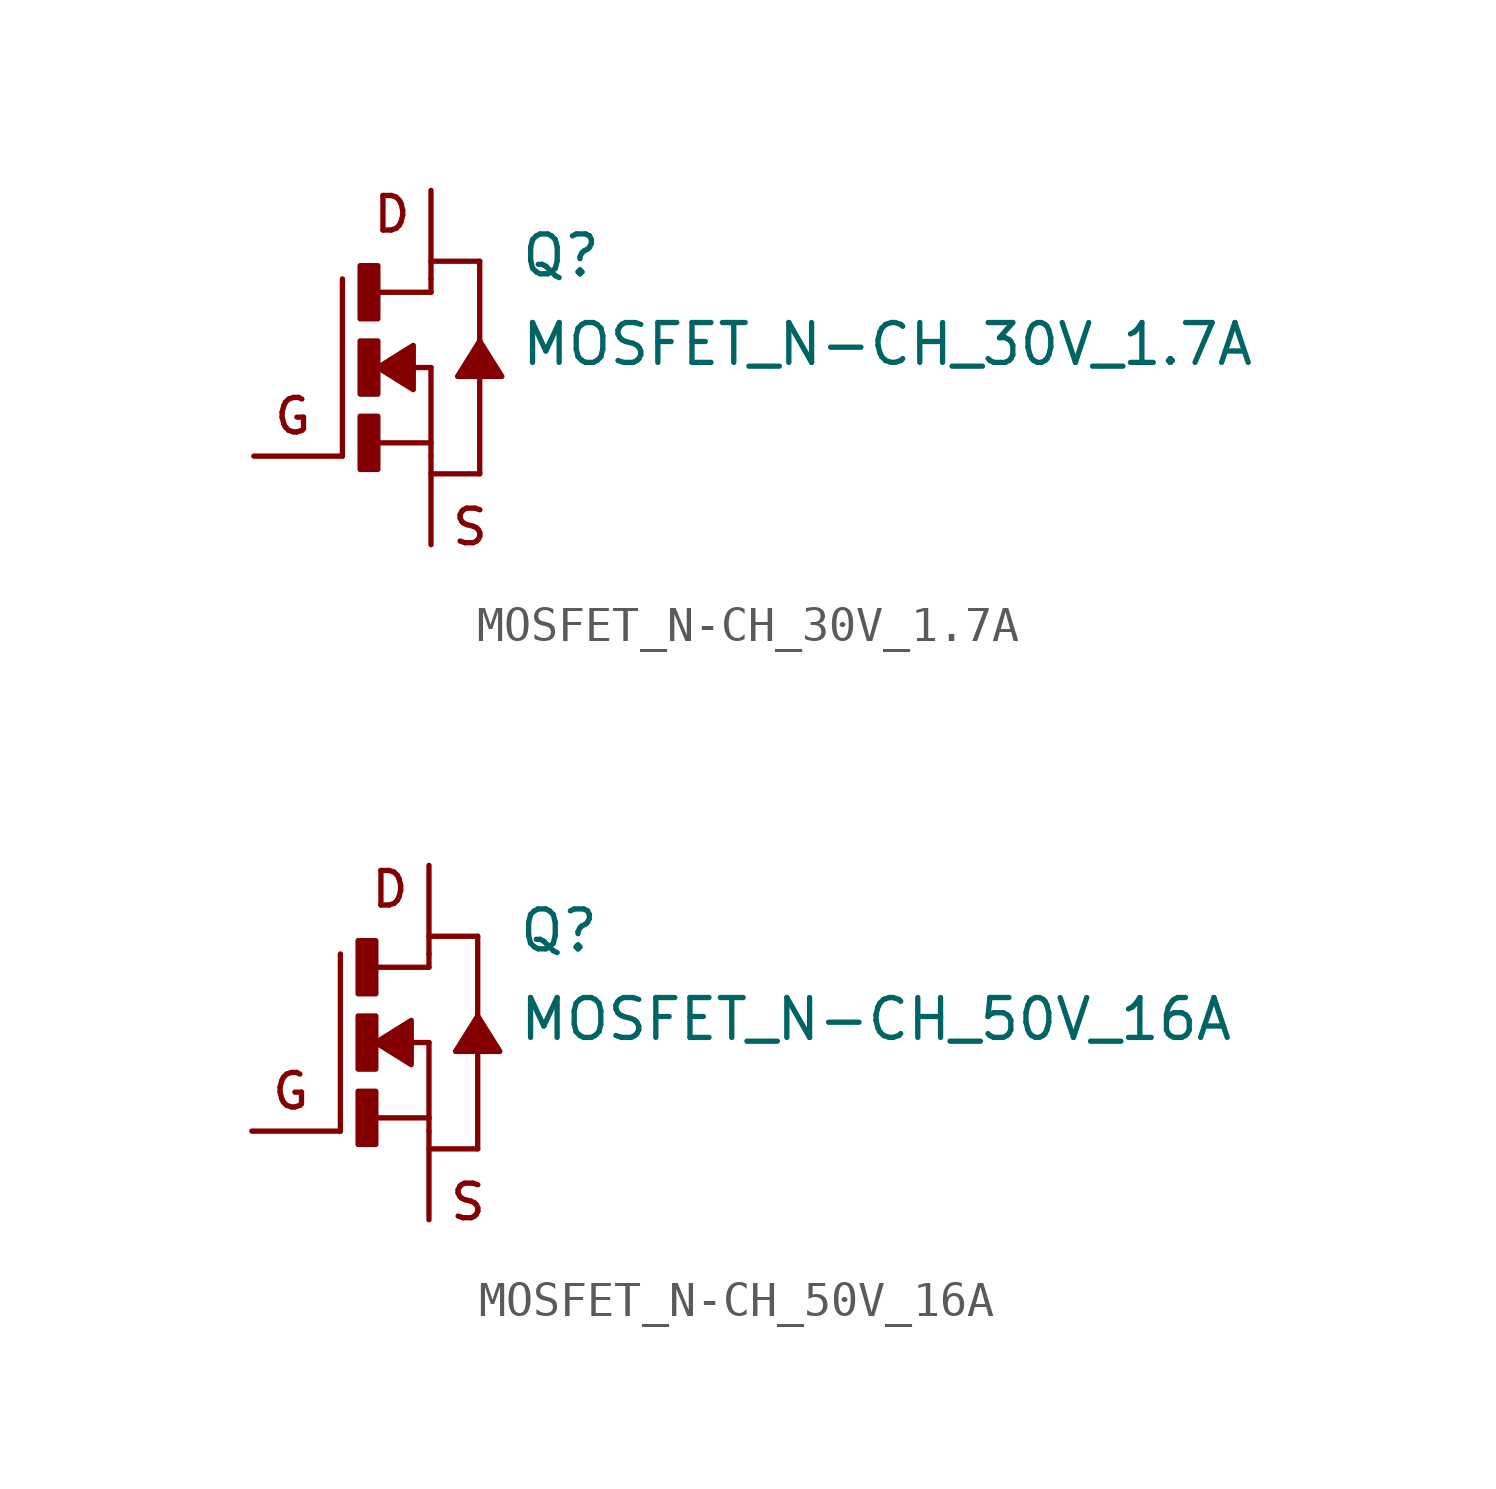
<source format=kicad_sym>
(kicad_symbol_lib
  (version 20211014)
  (generator kicad_symbol_editor)
  (symbol "MOSFET_N-CH_30V_1.7A"
    (pin_numbers hide)
    (pin_names
      (offset 1.016) hide)
    (property "Reference" "Q"
      (at 2.54 2.54 0)
      (effects (font (size 1.143 1.143)) (justify left bottom)))
    (property "Value" "MOSFET_N-CH_30V_1.7A"
      (at 2.54 0 0)
      (effects (font (size 1.143 1.143)) (justify left bottom)))
    (symbol "MOSFET_N-CH_30V_1.7A_1_0"
      (polyline (pts (xy -2.54 -2.54) (xy -2.54 2.54)) (stroke (width 0) (type default) (color 0 0 0 0)) (fill (type none)))
      (polyline (pts (xy -1.524 -2.159) (xy 0 -2.159)) (stroke (width 0) (type default) (color 0 0 0 0)) (fill (type none)))
      (polyline (pts (xy -1.524 2.159) (xy 0 2.159)) (stroke (width 0) (type default) (color 0 0 0 0)) (fill (type none)))
      (polyline (pts (xy -0.508 0) (xy 0 0)) (stroke (width 0) (type default) (color 0 0 0 0)) (fill (type none)))
      (polyline (pts (xy 0 -2.159) (xy 0 -2.54)) (stroke (width 0) (type default) (color 0 0 0 0)) (fill (type none)))
      (polyline (pts (xy 0 0) (xy 0 -2.159)) (stroke (width 0) (type default) (color 0 0 0 0)) (fill (type none)))
      (polyline (pts (xy 0 2.159) (xy 0 2.54)) (stroke (width 0) (type default) (color 0 0 0 0)) (fill (type none)))
      (polyline (pts (xy 0 3.048) (xy 1.397 3.048)) (stroke (width 0) (type default) (color 0 0 0 0)) (fill (type none)))
      (polyline (pts (xy 1.397 -3.048) (xy 0 -3.048)) (stroke (width 0) (type default) (color 0 0 0 0)) (fill (type none)))
      (polyline (pts (xy 1.397 -0.254) (xy 1.397 -3.048)) (stroke (width 0) (type default) (color 0 0 0 0)) (fill (type none)))
      (polyline (pts (xy 1.397 3.048) (xy 1.397 0.762)) (stroke (width 0) (type default) (color 0 0 0 0)) (fill (type none)))
      (text "D" (at -1.118 4.394 0) (effects (font (size 0.991 0.991))))
      (text "G" (at -3.962 -1.397 0) (effects (font (size 0.991 0.991))))
      (text "S" (at 1.118 -4.572 0) (effects (font (size 0.991 0.991)))))
    (symbol "MOSFET_N-CH_30V_1.7A_1_1"
      (rectangle (start -2.032 -2.921) (end -1.524 -1.397) (stroke (width 0) (type default) (color 0 0 0 0)) (fill (type outline)))
      (rectangle (start -2.032 -0.762) (end -1.524 0.762) (stroke (width 0) (type default) (color 0 0 0 0)) (fill (type outline)))
      (rectangle (start -2.032 1.397) (end -1.524 2.921) (stroke (width 0) (type default) (color 0 0 0 0)) (fill (type outline)))
      (polyline (pts (xy -1.524 0) (xy -0.508 0.635) (xy -0.508 0.635) (xy -0.508 -0.635) (xy -0.508 -0.635) (xy -1.524 0)) (stroke (width 0) (type default) (color 0 0 0 0)) (fill (type outline)))
      (polyline (pts (xy 1.397 0.762) (xy 2.032 -0.254) (xy 2.032 -0.254) (xy 0.762 -0.254) (xy 0.762 -0.254) (xy 1.397 0.762)) (stroke (width 0) (type default) (color 0 0 0 0)) (fill (type outline)))
      (pin passive line (at -5.08 -2.54 0) (length 2.54) (name "G" (effects (font (size 1.016 1.016)))) (number "1" (effects (font (size 1.016 1.016)))))
      (pin passive line (at 0 -5.08 90) (length 2.54) (name "S" (effects (font (size 1.016 1.016)))) (number "2" (effects (font (size 1.016 1.016)))))
      (pin passive line (at 0 5.08 270) (length 2.54) (name "D" (effects (font (size 1.016 1.016)))) (number "3" (effects (font (size 1.016 1.016)))))))
  (symbol "MOSFET_N-CH_50V_16A"
    (pin_numbers hide)
    (pin_names
      (offset 1.016) hide)
    (property "Reference" "Q"
      (at 2.54 2.54 0)
      (effects (font (size 1.143 1.143)) (justify left bottom)))
    (property "Value" "MOSFET_N-CH_50V_16A"
      (at 2.54 0 0)
      (effects (font (size 1.143 1.143)) (justify left bottom)))
    (symbol "MOSFET_N-CH_50V_16A_1_0"
      (polyline (pts (xy -2.54 -2.54) (xy -2.54 2.54)) (stroke (width 0) (type default) (color 0 0 0 0)) (fill (type none)))
      (polyline (pts (xy -1.524 -2.159) (xy 0 -2.159)) (stroke (width 0) (type default) (color 0 0 0 0)) (fill (type none)))
      (polyline (pts (xy -1.524 2.159) (xy 0 2.159)) (stroke (width 0) (type default) (color 0 0 0 0)) (fill (type none)))
      (polyline (pts (xy -0.508 0) (xy 0 0)) (stroke (width 0) (type default) (color 0 0 0 0)) (fill (type none)))
      (polyline (pts (xy 0 -2.159) (xy 0 -2.54)) (stroke (width 0) (type default) (color 0 0 0 0)) (fill (type none)))
      (polyline (pts (xy 0 0) (xy 0 -2.159)) (stroke (width 0) (type default) (color 0 0 0 0)) (fill (type none)))
      (polyline (pts (xy 0 2.159) (xy 0 2.54)) (stroke (width 0) (type default) (color 0 0 0 0)) (fill (type none)))
      (polyline (pts (xy 0 3.048) (xy 1.397 3.048)) (stroke (width 0) (type default) (color 0 0 0 0)) (fill (type none)))
      (polyline (pts (xy 1.397 -3.048) (xy 0 -3.048)) (stroke (width 0) (type default) (color 0 0 0 0)) (fill (type none)))
      (polyline (pts (xy 1.397 -0.254) (xy 1.397 -3.048)) (stroke (width 0) (type default) (color 0 0 0 0)) (fill (type none)))
      (polyline (pts (xy 1.397 3.048) (xy 1.397 0.762)) (stroke (width 0) (type default) (color 0 0 0 0)) (fill (type none)))
      (text "D" (at -1.118 4.394 0) (effects (font (size 0.991 0.991))))
      (text "G" (at -3.962 -1.397 0) (effects (font (size 0.991 0.991))))
      (text "S" (at 1.118 -4.572 0) (effects (font (size 0.991 0.991)))))
    (symbol "MOSFET_N-CH_50V_16A_1_1"
      (rectangle (start -2.032 -2.921) (end -1.524 -1.397) (stroke (width 0) (type default) (color 0 0 0 0)) (fill (type outline)))
      (rectangle (start -2.032 -0.762) (end -1.524 0.762) (stroke (width 0) (type default) (color 0 0 0 0)) (fill (type outline)))
      (rectangle (start -2.032 1.397) (end -1.524 2.921) (stroke (width 0) (type default) (color 0 0 0 0)) (fill (type outline)))
      (polyline (pts (xy -1.524 0) (xy -0.508 0.635) (xy -0.508 0.635) (xy -0.508 -0.635) (xy -0.508 -0.635) (xy -1.524 0)) (stroke (width 0) (type default) (color 0 0 0 0)) (fill (type outline)))
      (polyline (pts (xy 1.397 0.762) (xy 2.032 -0.254) (xy 2.032 -0.254) (xy 0.762 -0.254) (xy 0.762 -0.254) (xy 1.397 0.762)) (stroke (width 0) (type default) (color 0 0 0 0)) (fill (type outline)))
      (pin passive line (at -5.08 -2.54 0) (length 2.54) (name "G" (effects (font (size 1.016 1.016)))) (number "1" (effects (font (size 1.016 1.016)))))
      (pin passive line (at 0 5.08 270) (length 2.54) (name "D" (effects (font (size 1.016 1.016)))) (number "2" (effects (font (size 1.016 1.016)))))
      (pin passive line (at 0 -5.08 90) (length 2.54) (name "S" (effects (font (size 1.016 1.016)))) (number "3" (effects (font (size 1.016 1.016))))))))
</source>
